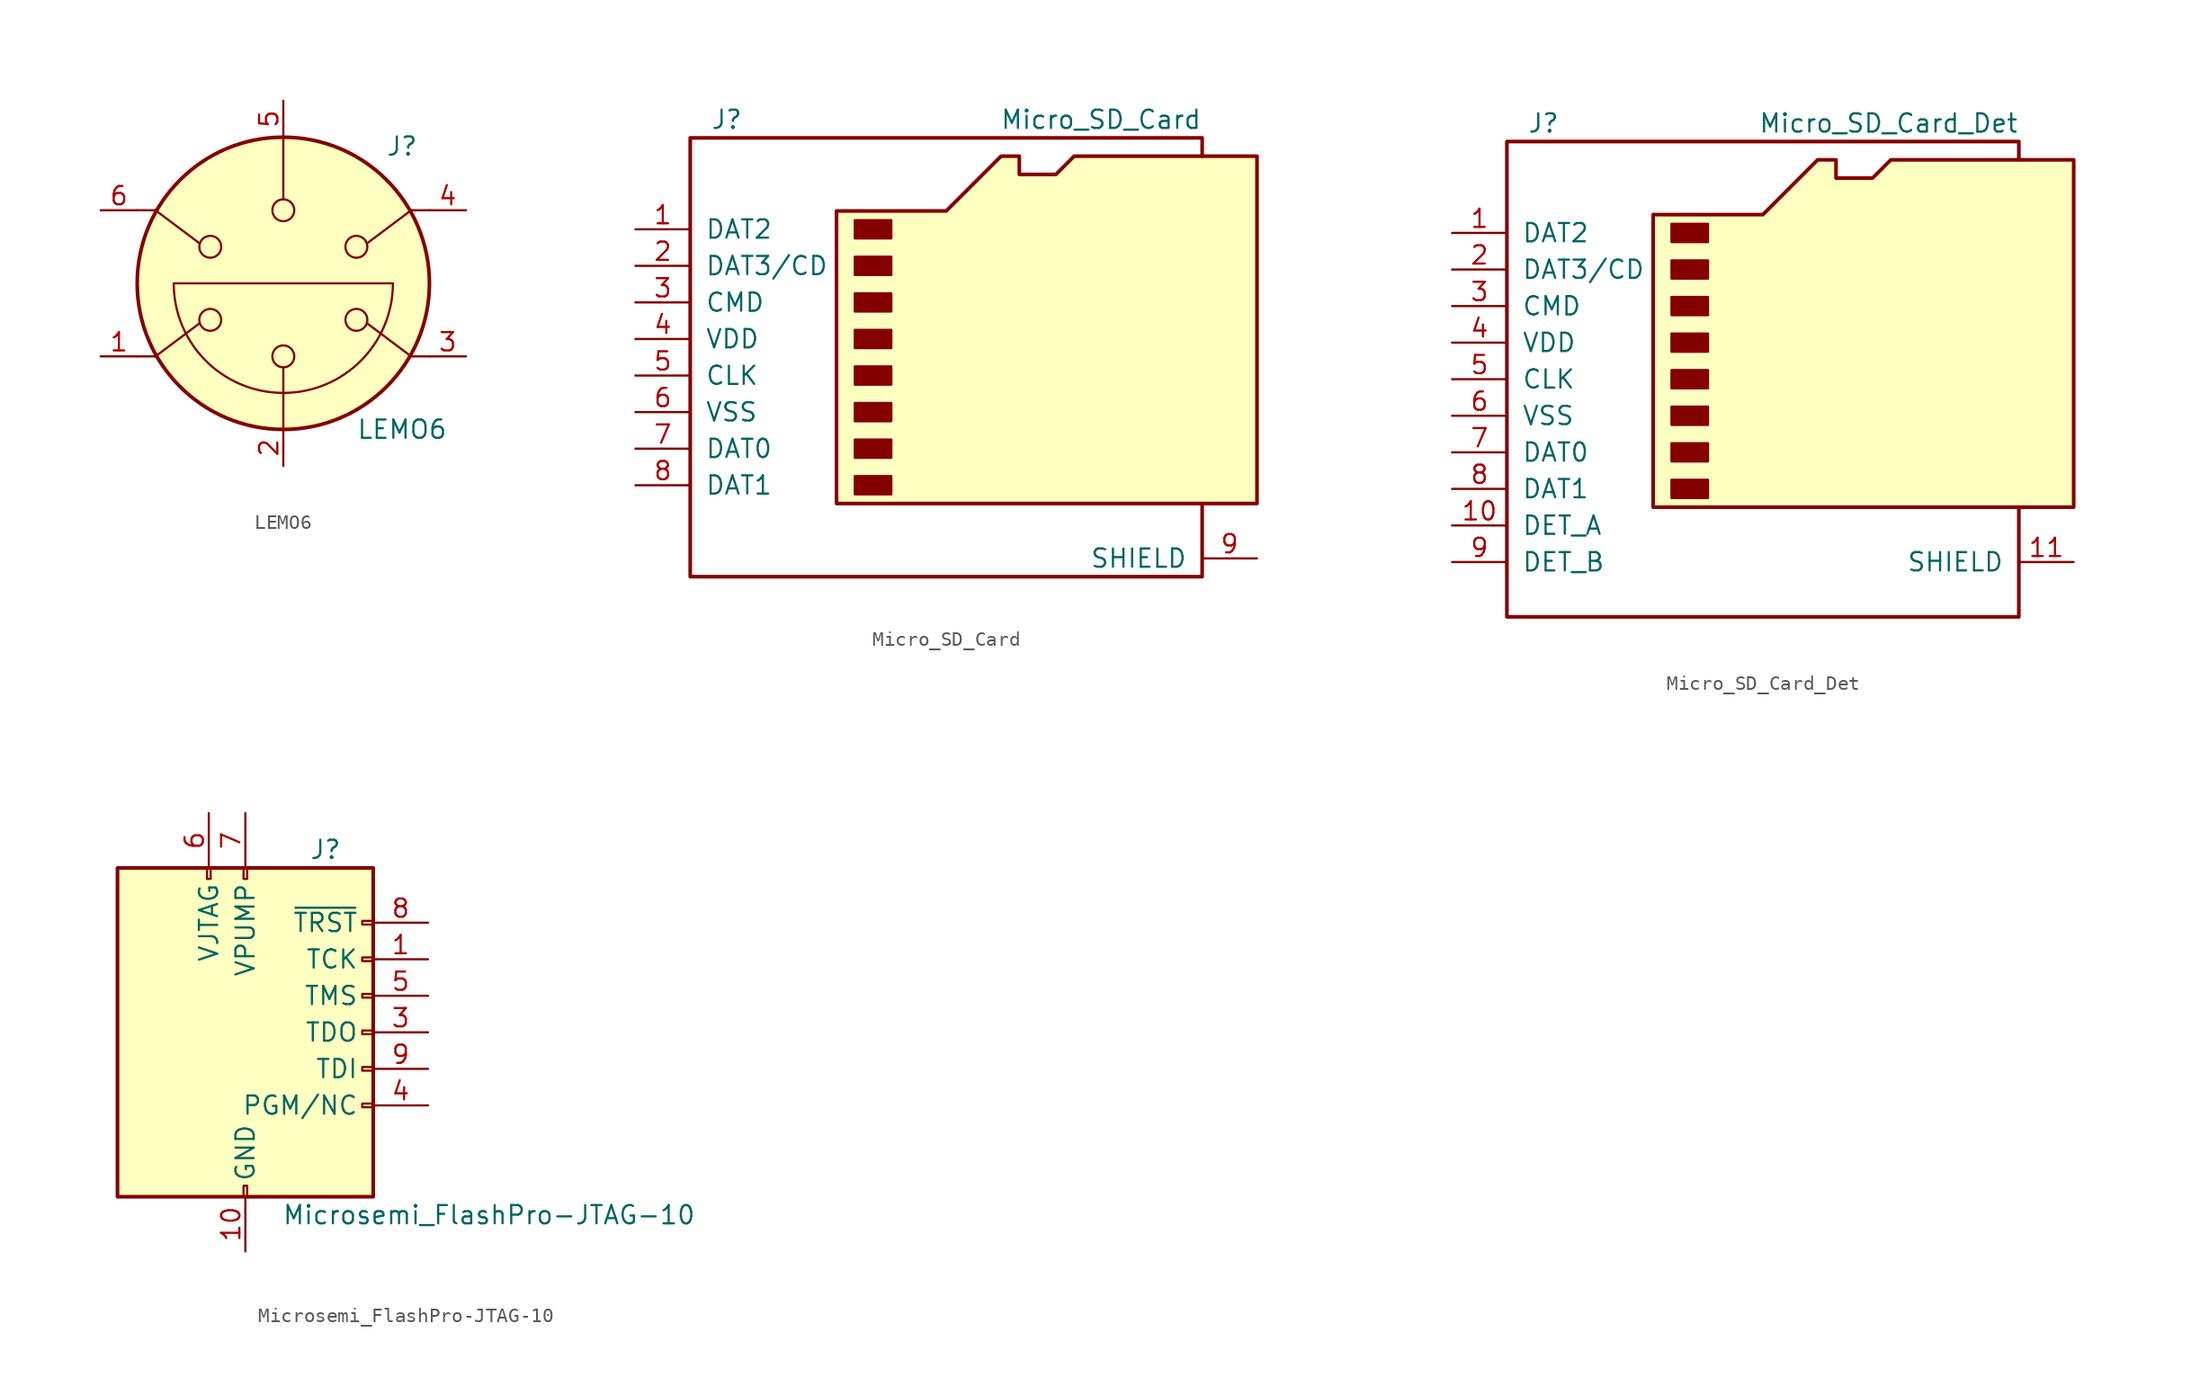
<source format=kicad_sym>
(kicad_symbol_lib
  (version 20211014)
  (generator kicad_symbol_editor)
  (symbol "LEMO6"
    (pin_names
      (offset 1.016) hide)
    (property "Reference" "J"
      (at 8.255 9.525 0)
      (effects (font (size 1.27 1.27))))
    (property "Value" "LEMO6"
      (at 8.255 -10.16 0)
      (effects (font (size 1.27 1.27))))
    (symbol "LEMO6_0_1"
      (arc (start -7.62 -0.0254) (mid -5.3882 -5.3882) (end -0.0254 -7.62) (stroke (width 0) (type default) (color 0 0 0 0)) (fill (type none)))
      (circle (center -5.08 -2.54) (radius 0.762) (stroke (width 0) (type default) (color 0 0 0 0)) (fill (type none)))
      (circle (center -5.08 2.54) (radius 0.762) (stroke (width 0) (type default) (color 0 0 0 0)) (fill (type none)))
      (circle (center 0 -5.08) (radius 0.762) (stroke (width 0) (type default) (color 0 0 0 0)) (fill (type none)))
      (polyline (pts (xy -10.16 5.08) (xy -8.89 5.08)) (stroke (width 0) (type default) (color 0 0 0 0)) (fill (type none)))
      (polyline (pts (xy -8.89 -5.08) (xy -10.16 -5.08)) (stroke (width 0) (type default) (color 0 0 0 0)) (fill (type none)))
      (polyline (pts (xy -8.89 -5.08) (xy -5.842 -2.794)) (stroke (width 0) (type default) (color 0 0 0 0)) (fill (type none)))
      (polyline (pts (xy -8.89 5.08) (xy -5.842 2.794)) (stroke (width 0) (type default) (color 0 0 0 0)) (fill (type none)))
      (polyline (pts (xy -7.62 0) (xy 7.62 0)) (stroke (width 0) (type default) (color 0 0 0 0)) (fill (type none)))
      (polyline (pts (xy 0 -10.16) (xy 0 -5.842)) (stroke (width 0) (type default) (color 0 0 0 0)) (fill (type none)))
      (polyline (pts (xy 0 10.16) (xy 0 5.842)) (stroke (width 0) (type default) (color 0 0 0 0)) (fill (type none)))
      (polyline (pts (xy 8.89 -5.08) (xy 5.842 -2.794)) (stroke (width 0) (type default) (color 0 0 0 0)) (fill (type none)))
      (polyline (pts (xy 8.89 -5.08) (xy 10.16 -5.08)) (stroke (width 0) (type default) (color 0 0 0 0)) (fill (type none)))
      (polyline (pts (xy 8.89 5.08) (xy 5.842 2.794)) (stroke (width 0) (type default) (color 0 0 0 0)) (fill (type none)))
      (polyline (pts (xy 10.16 5.08) (xy 8.89 5.08)) (stroke (width 0) (type default) (color 0 0 0 0)) (fill (type none)))
      (circle (center 0 0) (radius 10.16) (stroke (width 0.254) (type default) (color 0 0 0 0)) (fill (type background)))
      (circle (center 0 5.08) (radius 0.762) (stroke (width 0) (type default) (color 0 0 0 0)) (fill (type none)))
      (arc (start 0.0254 -7.62) (mid 5.3882 -5.3882) (end 7.62 -0.0254) (stroke (width 0) (type default) (color 0 0 0 0)) (fill (type none)))
      (circle (center 5.08 -2.54) (radius 0.762) (stroke (width 0) (type default) (color 0 0 0 0)) (fill (type none)))
      (circle (center 5.08 2.54) (radius 0.762) (stroke (width 0) (type default) (color 0 0 0 0)) (fill (type none))))
    (symbol "LEMO6_1_1"
      (pin passive line (at -12.7 -5.08 0) (length 2.54) (name "~" (effects (font (size 1.27 1.27)))) (number "1" (effects (font (size 1.27 1.27)))))
      (pin passive line (at 0 -12.7 90) (length 2.54) (name "~" (effects (font (size 1.27 1.27)))) (number "2" (effects (font (size 1.27 1.27)))))
      (pin passive line (at 12.7 -5.08 180) (length 2.54) (name "~" (effects (font (size 1.27 1.27)))) (number "3" (effects (font (size 1.27 1.27)))))
      (pin passive line (at 12.7 5.08 180) (length 2.54) (name "~" (effects (font (size 1.27 1.27)))) (number "4" (effects (font (size 1.27 1.27)))))
      (pin passive line (at 0 12.7 270) (length 2.54) (name "~" (effects (font (size 1.27 1.27)))) (number "5" (effects (font (size 1.27 1.27)))))
      (pin passive line (at -12.7 5.08 0) (length 2.54) (name "~" (effects (font (size 1.27 1.27)))) (number "6" (effects (font (size 1.27 1.27)))))))
  (symbol "Micro_SD_Card"
    (pin_names
      (offset 1.016))
    (property "Reference" "J"
      (at -16.51 15.24 0)
      (effects (font (size 1.27 1.27))))
    (property "Value" "Micro_SD_Card"
      (at 16.51 15.24 0)
      (effects (font (size 1.27 1.27)) (justify right)))
    (symbol "Micro_SD_Card_0_1"
      (rectangle (start -7.62 -9.525) (end -5.08 -10.795) (stroke (width 0) (type default) (color 0 0 0 0)) (fill (type outline)))
      (rectangle (start -7.62 -6.985) (end -5.08 -8.255) (stroke (width 0) (type default) (color 0 0 0 0)) (fill (type outline)))
      (rectangle (start -7.62 -4.445) (end -5.08 -5.715) (stroke (width 0) (type default) (color 0 0 0 0)) (fill (type outline)))
      (rectangle (start -7.62 -1.905) (end -5.08 -3.175) (stroke (width 0) (type default) (color 0 0 0 0)) (fill (type outline)))
      (rectangle (start -7.62 0.635) (end -5.08 -0.635) (stroke (width 0) (type default) (color 0 0 0 0)) (fill (type outline)))
      (rectangle (start -7.62 3.175) (end -5.08 1.905) (stroke (width 0) (type default) (color 0 0 0 0)) (fill (type outline)))
      (rectangle (start -7.62 5.715) (end -5.08 4.445) (stroke (width 0) (type default) (color 0 0 0 0)) (fill (type outline)))
      (rectangle (start -7.62 8.255) (end -5.08 6.985) (stroke (width 0) (type default) (color 0 0 0 0)) (fill (type outline)))
      (polyline (pts (xy 16.51 12.7) (xy 16.51 13.97) (xy -19.05 13.97) (xy -19.05 -16.51) (xy 16.51 -16.51) (xy 16.51 -11.43)) (stroke (width 0.254) (type default) (color 0 0 0 0)) (fill (type none)))
      (polyline (pts (xy -8.89 -11.43) (xy -8.89 8.89) (xy -1.27 8.89) (xy 2.54 12.7) (xy 3.81 12.7) (xy 3.81 11.43) (xy 6.35 11.43) (xy 7.62 12.7) (xy 20.32 12.7) (xy 20.32 -11.43) (xy -8.89 -11.43)) (stroke (width 0.254) (type default) (color 0 0 0 0)) (fill (type background))))
    (symbol "Micro_SD_Card_1_1"
      (pin bidirectional line (at -22.86 7.62 0) (length 3.81) (name "DAT2" (effects (font (size 1.27 1.27)))) (number "1" (effects (font (size 1.27 1.27)))))
      (pin bidirectional line (at -22.86 5.08 0) (length 3.81) (name "DAT3/CD" (effects (font (size 1.27 1.27)))) (number "2" (effects (font (size 1.27 1.27)))))
      (pin input line (at -22.86 2.54 0) (length 3.81) (name "CMD" (effects (font (size 1.27 1.27)))) (number "3" (effects (font (size 1.27 1.27)))))
      (pin power_in line (at -22.86 0 0) (length 3.81) (name "VDD" (effects (font (size 1.27 1.27)))) (number "4" (effects (font (size 1.27 1.27)))))
      (pin input line (at -22.86 -2.54 0) (length 3.81) (name "CLK" (effects (font (size 1.27 1.27)))) (number "5" (effects (font (size 1.27 1.27)))))
      (pin power_in line (at -22.86 -5.08 0) (length 3.81) (name "VSS" (effects (font (size 1.27 1.27)))) (number "6" (effects (font (size 1.27 1.27)))))
      (pin bidirectional line (at -22.86 -7.62 0) (length 3.81) (name "DAT0" (effects (font (size 1.27 1.27)))) (number "7" (effects (font (size 1.27 1.27)))))
      (pin bidirectional line (at -22.86 -10.16 0) (length 3.81) (name "DAT1" (effects (font (size 1.27 1.27)))) (number "8" (effects (font (size 1.27 1.27)))))
      (pin passive line (at 20.32 -15.24 180) (length 3.81) (name "SHIELD" (effects (font (size 1.27 1.27)))) (number "9" (effects (font (size 1.27 1.27)))))))
  (symbol "Micro_SD_Card_Det"
    (pin_names
      (offset 1.016))
    (property "Reference" "J"
      (at -16.51 17.78 0)
      (effects (font (size 1.27 1.27))))
    (property "Value" "Micro_SD_Card_Det"
      (at 16.51 17.78 0)
      (effects (font (size 1.27 1.27)) (justify right)))
    (symbol "Micro_SD_Card_Det_0_1"
      (rectangle (start -7.62 -6.985) (end -5.08 -8.255) (stroke (width 0) (type default) (color 0 0 0 0)) (fill (type outline)))
      (rectangle (start -7.62 -4.445) (end -5.08 -5.715) (stroke (width 0) (type default) (color 0 0 0 0)) (fill (type outline)))
      (rectangle (start -7.62 -1.905) (end -5.08 -3.175) (stroke (width 0) (type default) (color 0 0 0 0)) (fill (type outline)))
      (rectangle (start -7.62 0.635) (end -5.08 -0.635) (stroke (width 0) (type default) (color 0 0 0 0)) (fill (type outline)))
      (rectangle (start -7.62 3.175) (end -5.08 1.905) (stroke (width 0) (type default) (color 0 0 0 0)) (fill (type outline)))
      (rectangle (start -7.62 5.715) (end -5.08 4.445) (stroke (width 0) (type default) (color 0 0 0 0)) (fill (type outline)))
      (rectangle (start -7.62 8.255) (end -5.08 6.985) (stroke (width 0) (type default) (color 0 0 0 0)) (fill (type outline)))
      (rectangle (start -7.62 10.795) (end -5.08 9.525) (stroke (width 0) (type default) (color 0 0 0 0)) (fill (type outline)))
      (polyline (pts (xy 16.51 15.24) (xy 16.51 16.51) (xy -19.05 16.51) (xy -19.05 -16.51) (xy 16.51 -16.51) (xy 16.51 -8.89)) (stroke (width 0.254) (type default) (color 0 0 0 0)) (fill (type none)))
      (polyline (pts (xy -8.89 -8.89) (xy -8.89 11.43) (xy -1.27 11.43) (xy 2.54 15.24) (xy 3.81 15.24) (xy 3.81 13.97) (xy 6.35 13.97) (xy 7.62 15.24) (xy 20.32 15.24) (xy 20.32 -8.89) (xy -8.89 -8.89)) (stroke (width 0.254) (type default) (color 0 0 0 0)) (fill (type background))))
    (symbol "Micro_SD_Card_Det_1_1"
      (pin bidirectional line (at -22.86 10.16 0) (length 3.81) (name "DAT2" (effects (font (size 1.27 1.27)))) (number "1" (effects (font (size 1.27 1.27)))))
      (pin passive line (at -22.86 -10.16 0) (length 3.81) (name "DET_A" (effects (font (size 1.27 1.27)))) (number "10" (effects (font (size 1.27 1.27)))))
      (pin passive line (at 20.32 -12.7 180) (length 3.81) (name "SHIELD" (effects (font (size 1.27 1.27)))) (number "11" (effects (font (size 1.27 1.27)))))
      (pin bidirectional line (at -22.86 7.62 0) (length 3.81) (name "DAT3/CD" (effects (font (size 1.27 1.27)))) (number "2" (effects (font (size 1.27 1.27)))))
      (pin input line (at -22.86 5.08 0) (length 3.81) (name "CMD" (effects (font (size 1.27 1.27)))) (number "3" (effects (font (size 1.27 1.27)))))
      (pin power_in line (at -22.86 2.54 0) (length 3.81) (name "VDD" (effects (font (size 1.27 1.27)))) (number "4" (effects (font (size 1.27 1.27)))))
      (pin input line (at -22.86 0 0) (length 3.81) (name "CLK" (effects (font (size 1.27 1.27)))) (number "5" (effects (font (size 1.27 1.27)))))
      (pin power_in line (at -22.86 -2.54 0) (length 3.81) (name "VSS" (effects (font (size 1.27 1.27)))) (number "6" (effects (font (size 1.27 1.27)))))
      (pin bidirectional line (at -22.86 -5.08 0) (length 3.81) (name "DAT0" (effects (font (size 1.27 1.27)))) (number "7" (effects (font (size 1.27 1.27)))))
      (pin bidirectional line (at -22.86 -7.62 0) (length 3.81) (name "DAT1" (effects (font (size 1.27 1.27)))) (number "8" (effects (font (size 1.27 1.27)))))
      (pin passive line (at -22.86 -12.7 0) (length 3.81) (name "DET_B" (effects (font (size 1.27 1.27)))) (number "9" (effects (font (size 1.27 1.27)))))))
  (symbol "Microsemi_FlashPro-JTAG-10"
    (pin_names
      (offset 1.016))
    (property "Reference" "J"
      (at 4.445 12.7 0)
      (effects (font (size 1.27 1.27)) (justify left)))
    (property "Value" "Microsemi_FlashPro-JTAG-10"
      (at 2.54 -12.7 0)
      (effects (font (size 1.27 1.27)) (justify left)))
    (symbol "Microsemi_FlashPro-JTAG-10_0_1"
      (rectangle (start -2.667 11.43) (end -2.413 10.668) (stroke (width 0) (type default) (color 0 0 0 0)) (fill (type none)))
      (rectangle (start -0.127 -10.668) (end 0.127 -11.43) (stroke (width 0) (type default) (color 0 0 0 0)) (fill (type none)))
      (rectangle (start -0.127 11.43) (end 0.127 10.668) (stroke (width 0) (type default) (color 0 0 0 0)) (fill (type none)))
      (rectangle (start 8.89 -4.953) (end 8.128 -5.207) (stroke (width 0) (type default) (color 0 0 0 0)) (fill (type none)))
      (rectangle (start 8.89 -2.413) (end 8.128 -2.667) (stroke (width 0) (type default) (color 0 0 0 0)) (fill (type none)))
      (rectangle (start 8.89 0.127) (end 8.128 -0.127) (stroke (width 0) (type default) (color 0 0 0 0)) (fill (type none)))
      (rectangle (start 8.89 2.667) (end 8.128 2.413) (stroke (width 0) (type default) (color 0 0 0 0)) (fill (type none)))
      (rectangle (start 8.89 5.207) (end 8.128 4.953) (stroke (width 0) (type default) (color 0 0 0 0)) (fill (type none)))
      (rectangle (start 8.89 7.747) (end 8.128 7.493) (stroke (width 0) (type default) (color 0 0 0 0)) (fill (type none)))
      (rectangle (start 8.89 11.43) (end -8.89 -11.43) (stroke (width 0.254) (type default) (color 0 0 0 0)) (fill (type background))))
    (symbol "Microsemi_FlashPro-JTAG-10_1_1"
      (pin passive line (at 12.7 5.08 180) (length 3.81) (name "TCK" (effects (font (size 1.27 1.27)))) (number "1" (effects (font (size 1.27 1.27)))))
      (pin power_in line (at 0 -15.24 90) (length 3.81) (name "GND" (effects (font (size 1.27 1.27)))) (number "10" (effects (font (size 1.27 1.27)))))
      (pin passive line (at 0 -15.24 90) (length 3.81) hide (name "GND" (effects (font (size 1.27 1.27)))) (number "2" (effects (font (size 1.27 1.27)))))
      (pin passive line (at 12.7 0 180) (length 3.81) (name "TDO" (effects (font (size 1.27 1.27)))) (number "3" (effects (font (size 1.27 1.27)))))
      (pin passive line (at 12.7 -5.08 180) (length 3.81) (name "PGM/NC" (effects (font (size 1.27 1.27)))) (number "4" (effects (font (size 1.27 1.27)))))
      (pin passive line (at 12.7 2.54 180) (length 3.81) (name "TMS" (effects (font (size 1.27 1.27)))) (number "5" (effects (font (size 1.27 1.27)))))
      (pin power_in line (at -2.54 15.24 270) (length 3.81) (name "VJTAG" (effects (font (size 1.27 1.27)))) (number "6" (effects (font (size 1.27 1.27)))))
      (pin power_out line (at 0 15.24 270) (length 3.81) (name "VPUMP" (effects (font (size 1.27 1.27)))) (number "7" (effects (font (size 1.27 1.27)))))
      (pin passive line (at 12.7 7.62 180) (length 3.81) (name "~{TRST}" (effects (font (size 1.27 1.27)))) (number "8" (effects (font (size 1.27 1.27)))))
      (pin passive line (at 12.7 -2.54 180) (length 3.81) (name "TDI" (effects (font (size 1.27 1.27)))) (number "9" (effects (font (size 1.27 1.27))))))))
</source>
